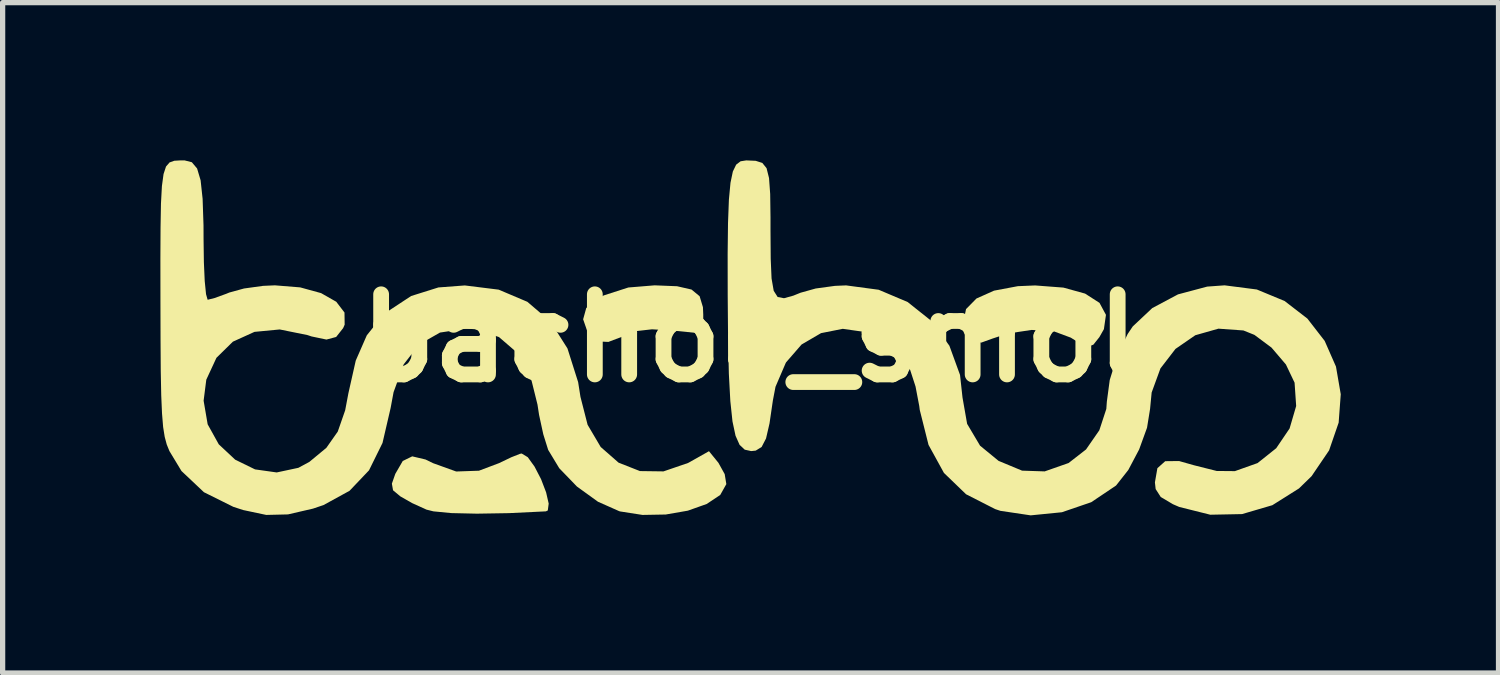
<source format=kicad_pcb>
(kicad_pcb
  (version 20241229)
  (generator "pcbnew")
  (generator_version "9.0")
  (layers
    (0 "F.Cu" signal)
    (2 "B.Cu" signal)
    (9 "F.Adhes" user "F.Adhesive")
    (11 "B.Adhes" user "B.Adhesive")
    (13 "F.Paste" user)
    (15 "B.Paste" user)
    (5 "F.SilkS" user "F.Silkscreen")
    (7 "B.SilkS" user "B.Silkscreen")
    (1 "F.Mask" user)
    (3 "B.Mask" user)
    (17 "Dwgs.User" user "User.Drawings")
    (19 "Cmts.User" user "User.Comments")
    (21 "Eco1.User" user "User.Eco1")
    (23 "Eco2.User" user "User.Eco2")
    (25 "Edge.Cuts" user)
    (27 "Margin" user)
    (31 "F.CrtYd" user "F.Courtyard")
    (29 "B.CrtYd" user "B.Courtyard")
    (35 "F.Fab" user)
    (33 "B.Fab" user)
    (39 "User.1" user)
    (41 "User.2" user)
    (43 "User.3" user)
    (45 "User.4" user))
  (footprint "bachoo_smol"
    (layer "F.Cu")
    (at 11.237 3.381)
    (property "Reference" "bachoo_smol" (at 0 0 0) (layer "F.SilkS") (effects (font (size 1.524 1.524) (thickness 0.3))))
    (attr board_only exclude_from_pos_files exclude_from_bom)
    (fp_poly (pts (xy -1.412 -0.988) (xy -1.137 -0.925) (xy -0.983 -0.798) (xy -0.92 -0.59) (xy -0.914 -0.451) (xy -0.914 -0.086) (xy -1.498 -0.146) (xy -1.888 -0.169) (xy -2.168 -0.137) (xy -2.38 -0.057) (xy -2.718 0.071) (xy -2.954 0.06) (xy -3.103 -0.085) (xy -3.198 -0.359) (xy -3.139 -0.573) (xy -2.914 -0.756) (xy -2.804 -0.814) (xy -2.338 -0.964) (xy -1.838 -1.005)) (stroke (width 0) (type solid)) (fill yes) (layer "F.SilkS"))
    (fp_poly (pts (xy 5.935 -0.962) (xy 6.347 -0.848) (xy 6.621 -0.672) (xy 6.744 -0.444) (xy 6.705 -0.172) (xy 6.619 -0.02) (xy 6.504 0.124) (xy 6.396 0.161) (xy 6.236 0.091) (xy 6.076 -0.01) (xy 5.751 -0.131) (xy 5.331 -0.157) (xy 4.877 -0.089) (xy 4.584 0.008) (xy 4.373 0.084) (xy 4.252 0.07) (xy 4.15 -0.04) (xy 4.033 -0.311) (xy 4.083 -0.553) (xy 4.282 -0.755) (xy 4.616 -0.904) (xy 5.068 -0.989) (xy 5.397 -1.003)) (stroke (width 0) (type solid)) (fill yes) (layer "F.SilkS"))
    (fp_poly (pts (xy -4.251 2.263) (xy -4.122 2.442) (xy -3.998 2.681) (xy -3.902 2.932) (xy -3.853 3.146) (xy -3.87 3.276) (xy -3.906 3.293) (xy -4.612 3.327) (xy -5.219 3.337) (xy -5.705 3.326) (xy -6.045 3.293) (xy -6.177 3.26) (xy -6.452 3.135) (xy -6.674 3.008) (xy -6.813 2.892) (xy -6.835 2.766) (xy -6.77 2.58) (xy -6.628 2.335) (xy -6.448 2.247) (xy -6.195 2.307) (xy -6.051 2.377) (xy -5.612 2.535) (xy -5.179 2.52) (xy -4.797 2.376) (xy -4.563 2.264) (xy -4.399 2.199) (xy -4.367 2.193)) (stroke (width 0) (type solid)) (fill yes) (layer "F.SilkS"))
    (fp_poly (pts (xy -10.777 -3.381) (xy -10.639 -3.346) (xy -10.539 -3.227) (xy -10.472 -3.002) (xy -10.434 -2.649) (xy -10.417 -2.145) (xy -10.416 -1.879) (xy -10.41 -1.445) (xy -10.394 -1.086) (xy -10.369 -0.837) (xy -10.339 -0.732) (xy -10.336 -0.731) (xy -10.206 -0.764) (xy -9.985 -0.844) (xy -9.927 -0.868) (xy -9.647 -0.945) (xy -9.285 -0.995) (xy -9.059 -1.005) (xy -8.578 -0.966) (xy -8.181 -0.857) (xy -7.893 -0.693) (xy -7.736 -0.488) (xy -7.733 -0.257) (xy -7.762 -0.191) (xy -7.895 -0.023) (xy -8.079 0.026) (xy -8.362 -0.033) (xy -8.44 -0.059) (xy -8.968 -0.166) (xy -9.448 -0.12) (xy -9.858 0.066) (xy -10.171 0.373) (xy -10.364 0.789) (xy -10.415 1.189) (xy -10.338 1.638) (xy -10.127 2.018) (xy -9.815 2.31) (xy -9.437 2.495) (xy -9.025 2.553) (xy -8.613 2.465) (xy -8.405 2.353) (xy -8.081 2.085) (xy -7.864 1.776) (xy -7.723 1.371) (xy -7.662 1.048) (xy -7.522 0.426) (xy -7.312 -0.054) (xy -7.017 -0.423) (xy -6.937 -0.494) (xy -6.469 -0.802) (xy -5.95 -0.965) (xy -5.448 -1.003) (xy -4.804 -0.923) (xy -4.259 -0.692) (xy -3.82 -0.317) (xy -3.496 0.195) (xy -3.293 0.836) (xy -3.249 1.115) (xy -3.113 1.647) (xy -2.864 2.069) (xy -2.524 2.367) (xy -2.118 2.527) (xy -1.67 2.533) (xy -1.203 2.373) (xy -1.168 2.354) (xy -0.805 2.149) (xy -0.626 2.369) (xy -0.506 2.585) (xy -0.475 2.775) (xy -0.591 2.981) (xy -0.849 3.153) (xy -1.207 3.28) (xy -1.627 3.353) (xy -2.069 3.361) (xy -2.492 3.295) (xy -2.511 3.29) (xy -2.916 3.11) (xy -3.316 2.821) (xy -3.652 2.473) (xy -3.863 2.124) (xy -3.956 1.827) (xy -4.036 1.458) (xy -4.066 1.263) (xy -4.203 0.71) (xy -4.452 0.277) (xy -4.798 -0.021) (xy -5.229 -0.169) (xy -5.423 -0.182) (xy -5.92 -0.107) (xy -6.316 0.119) (xy -6.61 0.497) (xy -6.803 1.027) (xy -6.859 1.328) (xy -7.013 1.992) (xy -7.27 2.513) (xy -7.64 2.902) (xy -8.134 3.173) (xy -8.335 3.241) (xy -8.811 3.351) (xy -9.224 3.361) (xy -9.663 3.268) (xy -9.85 3.207) (xy -10.409 2.929) (xy -10.836 2.526) (xy -11.065 2.147) (xy -11.116 2.022) (xy -11.155 1.877) (xy -11.185 1.688) (xy -11.206 1.432) (xy -11.221 1.086) (xy -11.23 0.628) (xy -11.234 0.033) (xy -11.236 -0.72) (xy -11.236 -0.744) (xy -11.237 -1.506) (xy -11.234 -2.106) (xy -11.226 -2.561) (xy -11.208 -2.893) (xy -11.177 -3.121) (xy -11.13 -3.264) (xy -11.063 -3.342) (xy -10.973 -3.374) (xy -10.857 -3.381)) (stroke (width 0) (type solid)) (fill yes) (layer "F.SilkS"))
    (fp_poly (pts (xy 0.083 -3.373) (xy 0.209 -3.333) (xy 0.29 -3.233) (xy 0.337 -3.045) (xy 0.359 -2.741) (xy 0.365 -2.294) (xy 0.365 -2.043) (xy 0.369 -1.509) (xy 0.385 -1.136) (xy 0.426 -0.901) (xy 0.501 -0.783) (xy 0.622 -0.76) (xy 0.799 -0.809) (xy 0.938 -0.865) (xy 1.225 -0.945) (xy 1.591 -0.995) (xy 1.802 -1.004) (xy 2.422 -0.921) (xy 2.972 -0.688) (xy 3.427 -0.326) (xy 3.767 0.144) (xy 3.969 0.699) (xy 4.016 1.128) (xy 4.104 1.629) (xy 4.35 2.044) (xy 4.702 2.333) (xy 5.149 2.519) (xy 5.579 2.533) (xy 6.033 2.374) (xy 6.365 2.116) (xy 6.618 1.751) (xy 6.751 1.345) (xy 6.761 1.206) (xy 6.816 0.795) (xy 6.958 0.336) (xy 7.156 -0.078) (xy 7.253 -0.223) (xy 7.625 -0.573) (xy 8.114 -0.833) (xy 8.669 -0.981) (xy 9 -1.005) (xy 9.613 -0.926) (xy 10.141 -0.707) (xy 10.574 -0.373) (xy 10.903 0.051) (xy 11.118 0.54) (xy 11.209 1.066) (xy 11.169 1.606) (xy 10.987 2.134) (xy 10.654 2.624) (xy 10.415 2.857) (xy 9.908 3.176) (xy 9.332 3.345) (xy 8.728 3.357) (xy 8.137 3.209) (xy 8.017 3.157) (xy 7.786 3.02) (xy 7.689 2.869) (xy 7.675 2.742) (xy 7.722 2.472) (xy 7.871 2.339) (xy 8.134 2.336) (xy 8.417 2.416) (xy 8.85 2.525) (xy 9.196 2.528) (xy 9.627 2.375) (xy 9.982 2.092) (xy 10.236 1.717) (xy 10.361 1.29) (xy 10.331 0.848) (xy 10.33 0.844) (xy 10.166 0.5) (xy 9.892 0.179) (xy 9.567 -0.063) (xy 9.358 -0.147) (xy 8.883 -0.181) (xy 8.443 -0.056) (xy 8.066 0.204) (xy 7.78 0.575) (xy 7.613 1.033) (xy 7.583 1.345) (xy 7.525 1.703) (xy 7.375 2.116) (xy 7.169 2.506) (xy 6.94 2.797) (xy 6.933 2.804) (xy 6.464 3.119) (xy 5.906 3.31) (xy 5.312 3.369) (xy 4.736 3.283) (xy 4.637 3.25) (xy 4.084 2.968) (xy 3.663 2.562) (xy 3.37 2.029) (xy 3.203 1.364) (xy 3.194 1.292) (xy 3.123 0.919) (xy 3.021 0.605) (xy 2.945 0.465) (xy 2.578 0.094) (xy 2.166 -0.117) (xy 1.739 -0.178) (xy 1.326 -0.096) (xy 0.956 0.12) (xy 0.658 0.463) (xy 0.46 0.924) (xy 0.41 1.185) (xy 0.346 1.622) (xy 0.28 1.907) (xy 0.196 2.069) (xy 0.084 2.138) (xy -0.003 2.147) (xy -0.125 2.12) (xy -0.223 2.028) (xy -0.3 1.855) (xy -0.358 1.583) (xy -0.399 1.196) (xy -0.427 0.676) (xy -0.442 0.009) (xy -0.449 -0.825) (xy -0.449 -0.851) (xy -0.45 -1.603) (xy -0.443 -2.191) (xy -0.426 -2.635) (xy -0.396 -2.955) (xy -0.351 -3.17) (xy -0.288 -3.3) (xy -0.204 -3.364) (xy -0.096 -3.381) (xy -0.096 -3.381)) (stroke (width 0) (type solid)) (fill yes) (layer "F.SilkS")))
  (gr_rect
    (start -3 -3)
    (end 25.446 9.749)
    (stroke (width 0.1) (type default))
    (fill no)
    (layer "Edge.Cuts")))
</source>
